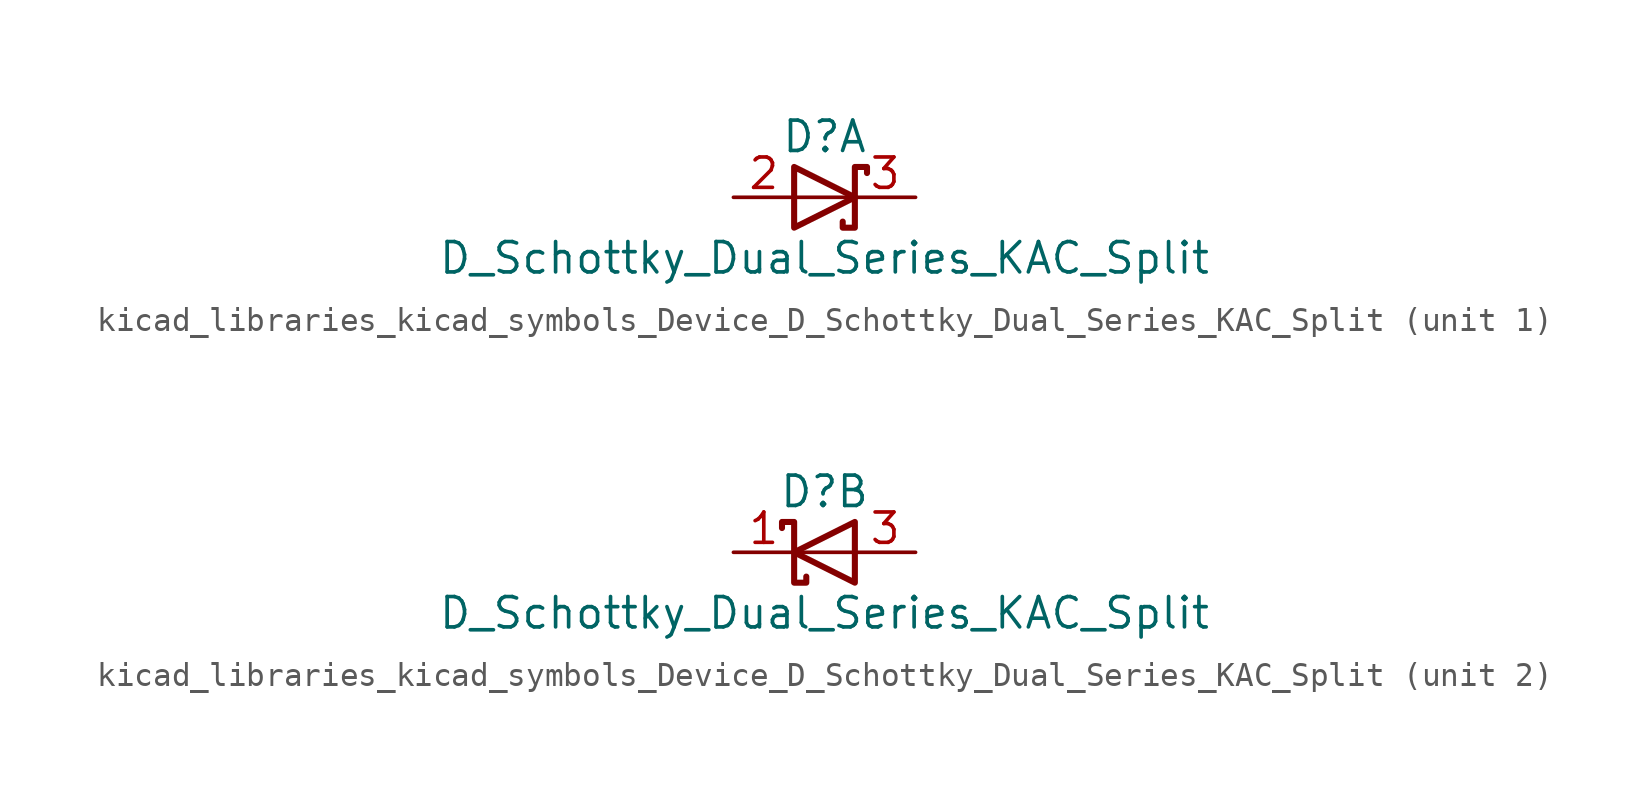
<source format=kicad_sym>
(kicad_symbol_lib
  (version 20220914)
  (generator kicad_symbol_editor)
  (symbol "kicad_libraries_kicad_symbols_Device_D_Schottky_Dual_Series_KAC_Split"
    (pin_names
      (offset 0.762) hide)
    (property "Reference" "D"
      (at 0 2.54 0)
      (effects (font (size 1.27 1.27))))
    (property "Value" "D_Schottky_Dual_Series_KAC_Split"
      (at 0 -2.54 0)
      (effects (font (size 1.27 1.27))))
    (property "ki_locked" ""
      (at 0 0 0)
      (effects (font (size 1.27 1.27))))
    (symbol "kicad_libraries_kicad_symbols_Device_D_Schottky_Dual_Series_KAC_Split_0_1"
      (pin passive line (at 3.81 0 180) (length 2.54) (name "K" (effects (font (size 1.27 1.27)))) (number "3" (effects (font (size 1.27 1.27))))))
    (symbol "kicad_libraries_kicad_symbols_Device_D_Schottky_Dual_Series_KAC_Split_1_1"
      (polyline (pts (xy 1.27 0) (xy -1.27 0)) (stroke (width 0) (type default)) (fill (type none)))
      (polyline (pts (xy -1.27 1.27) (xy 1.27 0) (xy -1.27 -1.27) (xy -1.27 1.27) (xy -1.27 1.27) (xy -1.27 1.27)) (stroke (width 0.254) (type default)) (fill (type none)))
      (polyline (pts (xy 1.778 1.016) (xy 1.778 1.27) (xy 1.27 1.27) (xy 1.27 -1.27) (xy 0.762 -1.27) (xy 0.762 -1.016)) (stroke (width 0.254) (type default)) (fill (type none)))
      (pin passive line (at -3.81 0 0) (length 2.54) (name "A" (effects (font (size 1.27 1.27)))) (number "2" (effects (font (size 1.27 1.27))))))
    (symbol "kicad_libraries_kicad_symbols_Device_D_Schottky_Dual_Series_KAC_Split_2_1"
      (polyline (pts (xy -1.27 0) (xy 1.27 0)) (stroke (width 0) (type default)) (fill (type none)))
      (polyline (pts (xy -1.778 1.016) (xy -1.778 1.27) (xy -1.27 1.27) (xy -1.27 -1.27) (xy -0.762 -1.27) (xy -0.762 -1.016)) (stroke (width 0.254) (type default)) (fill (type none)))
      (polyline (pts (xy 1.27 1.27) (xy -1.27 0) (xy 1.27 -1.27) (xy 1.27 1.27) (xy 1.27 1.27) (xy 1.27 1.27)) (stroke (width 0.254) (type default)) (fill (type none)))
      (pin passive line (at -3.81 0 0) (length 2.54) (name "K" (effects (font (size 1.27 1.27)))) (number "1" (effects (font (size 1.27 1.27))))))))
</source>
